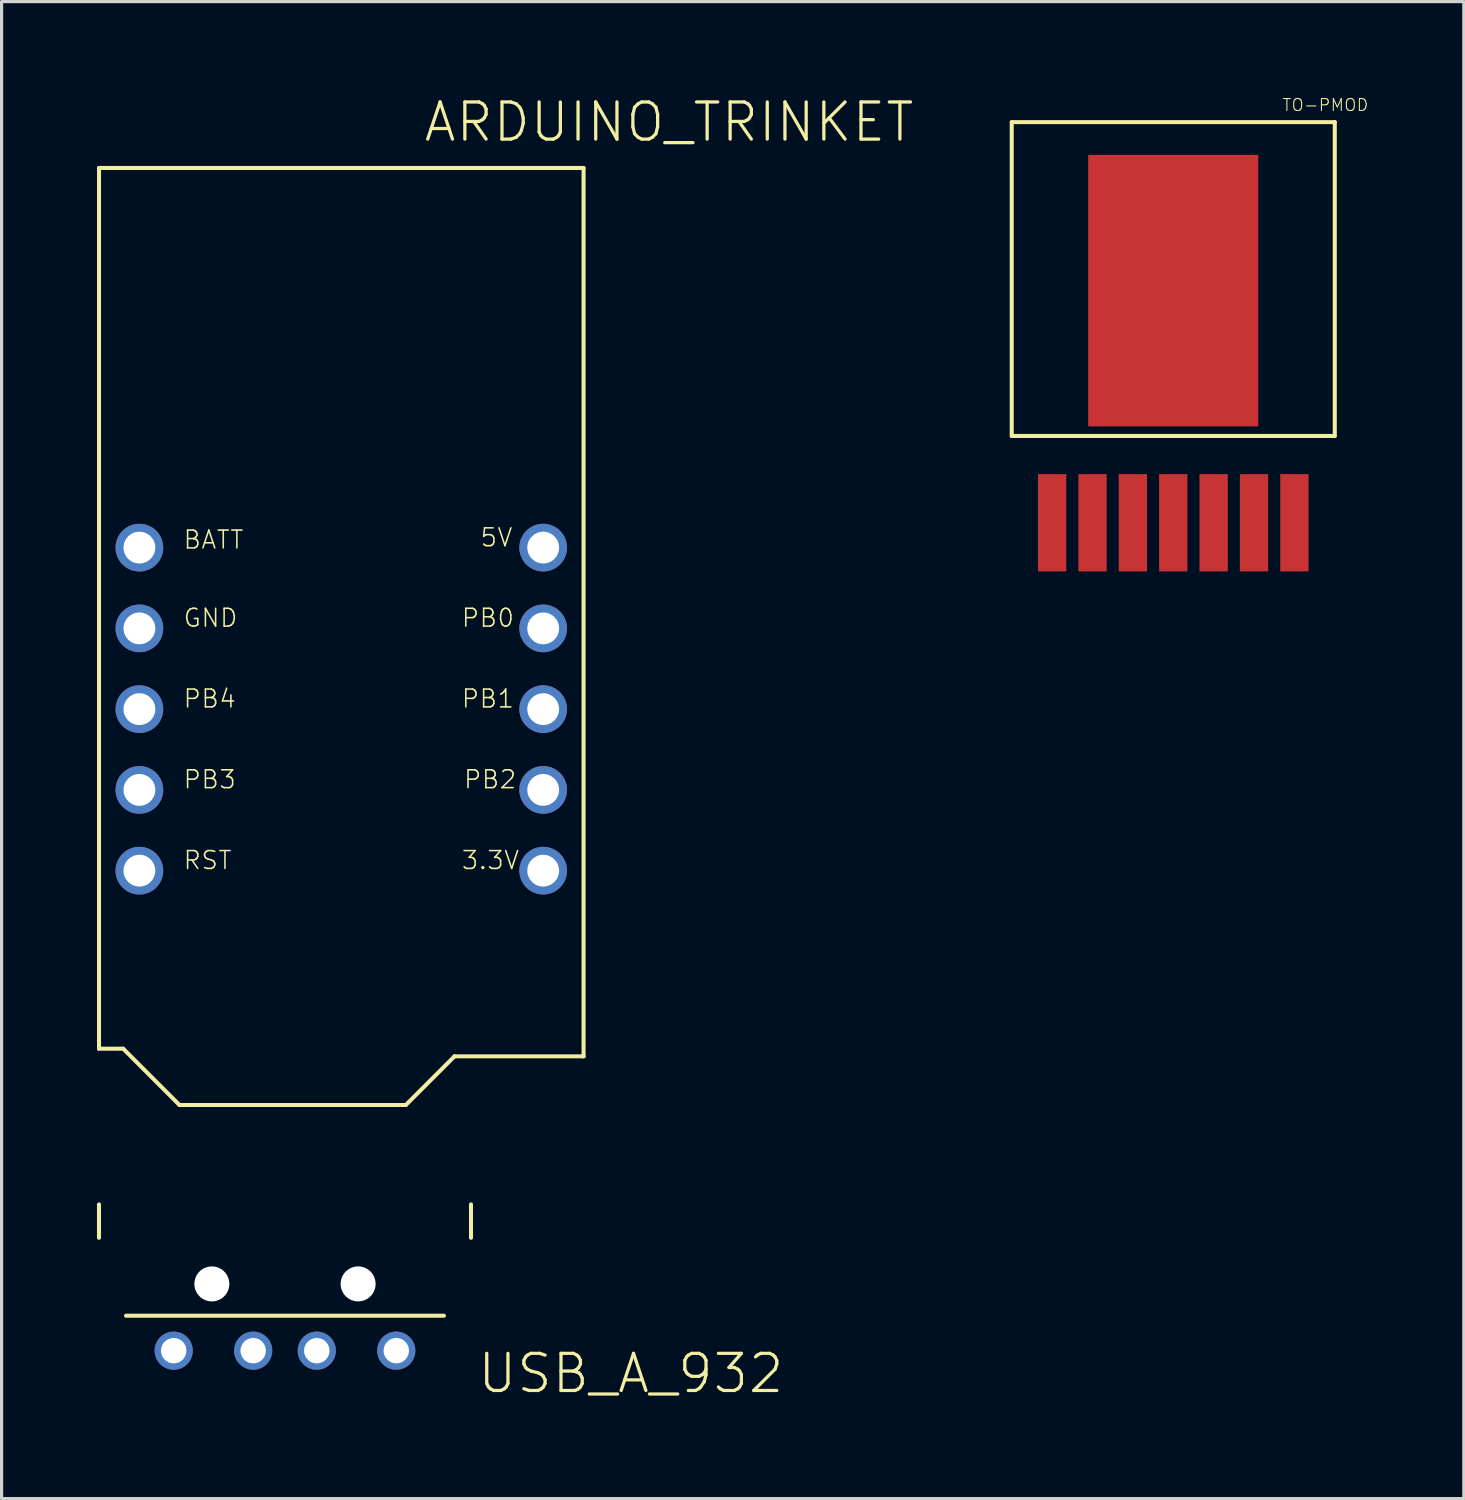
<source format=kicad_pcb>
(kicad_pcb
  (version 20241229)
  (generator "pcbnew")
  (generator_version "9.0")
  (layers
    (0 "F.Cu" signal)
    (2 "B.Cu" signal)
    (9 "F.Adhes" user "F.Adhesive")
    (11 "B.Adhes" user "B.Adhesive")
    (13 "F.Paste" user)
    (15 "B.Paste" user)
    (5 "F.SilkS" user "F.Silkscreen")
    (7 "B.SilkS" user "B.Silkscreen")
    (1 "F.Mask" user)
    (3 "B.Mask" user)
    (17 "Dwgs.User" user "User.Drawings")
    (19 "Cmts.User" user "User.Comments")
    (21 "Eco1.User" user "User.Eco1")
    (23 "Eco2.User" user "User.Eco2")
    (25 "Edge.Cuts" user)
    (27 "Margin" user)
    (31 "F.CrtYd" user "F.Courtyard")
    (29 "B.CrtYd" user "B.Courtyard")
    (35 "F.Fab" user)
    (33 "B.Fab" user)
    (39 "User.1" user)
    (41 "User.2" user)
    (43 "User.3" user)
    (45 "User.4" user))
  (footprint "USB_A_932"
    (layer "F.Cu")
    (at 5.913 37.33)
    (property "Reference" "USB_A_932" (at 6 3.5 0) (layer "F.SilkS") (effects (font (size 1.168 1.168) (thickness 0.102)) (justify left bottom)))
    (fp_line (start -5.85 -2.5) (end -5.85 -1.45) (stroke (width 0.127) (type solid)) (layer "F.SilkS"))
    (fp_line (start -5 1) (end 5 1) (stroke (width 0.127) (type solid)) (layer "F.SilkS"))
    (fp_line (start 5.85 -2.5) (end 5.85 -1.45) (stroke (width 0.127) (type solid)) (layer "F.SilkS"))
    (pad "" np_thru_hole circle (at -2.3 0) (size 1.1 1.1) (drill 1.1) (layers "*.Cu" "*.Mask"))
    (pad "" np_thru_hole circle (at 2.3 0) (size 1.1 1.1) (drill 1.1) (layers "*.Cu" "*.Mask"))
    (pad "D+" thru_hole circle (at 1 2.1) (size 1.2 1.2) (drill 0.8) (layers "*.Cu" "*.Mask"))
    (pad "D-" thru_hole circle (at -1 2.1) (size 1.2 1.2) (drill 0.8) (layers "*.Cu" "*.Mask"))
    (pad "GND" thru_hole circle (at 3.5 2.1) (size 1.2 1.2) (drill 0.8) (layers "*.Cu" "*.Mask"))
    (pad "VCC" thru_hole circle (at -3.5 2.1) (size 1.2 1.2) (drill 0.8) (layers "*.Cu" "*.Mask")))
  (footprint "ARDUINO_TRINKET"
    (layer "F.Cu")
    (at 7.684 19.253)
    (property "Reference" "ARDUINO_TRINKET" (at 2.54 -17.78 0) (layer "F.SilkS") (effects (font (size 1.168 1.168) (thickness 0.102)) (justify left bottom)))
    (fp_line (start -7.62 -17.02) (end 7.62 -17.02) (stroke (width 0.127) (type solid)) (layer "F.SilkS"))
    (fp_line (start -7.62 10.68) (end -7.62 -17.02) (stroke (width 0.127) (type solid)) (layer "F.SilkS"))
    (fp_line (start -6.86 10.68) (end -7.62 10.68) (stroke (width 0.127) (type solid)) (layer "F.SilkS"))
    (fp_line (start -5.09 12.45) (end -6.86 10.68) (stroke (width 0.127) (type solid)) (layer "F.SilkS"))
    (fp_line (start 2.03 12.45) (end -5.09 12.45) (stroke (width 0.127) (type solid)) (layer "F.SilkS"))
    (fp_line (start 3.56 10.92) (end 2.03 12.45) (stroke (width 0.127) (type solid)) (layer "F.SilkS"))
    (fp_line (start 7.62 -17.02) (end 7.62 10.92) (stroke (width 0.127) (type solid)) (layer "F.SilkS"))
    (fp_line (start 7.62 10.92) (end 3.56 10.92) (stroke (width 0.127) (type solid)) (layer "F.SilkS"))
    (fp_text user "PB1" (at 3.75 0 0) (layer "F.SilkS") (effects (font (size 0.561 0.561) (thickness 0.049)) (justify left bottom)))
    (fp_text user "PB3" (at -5 2.54 0) (layer "F.SilkS") (effects (font (size 0.561 0.561) (thickness 0.049)) (justify left bottom)))
    (fp_text user "PB2" (at 3.82 2.54 0) (layer "F.SilkS") (effects (font (size 0.561 0.561) (thickness 0.049)) (justify left bottom)))
    (fp_text user "3.3V" (at 3.75 5.08 0) (layer "F.SilkS") (effects (font (size 0.561 0.561) (thickness 0.049)) (justify left bottom)))
    (fp_text user "PB4" (at -5 0 0) (layer "F.SilkS") (effects (font (size 0.561 0.561) (thickness 0.049)) (justify left bottom)))
    (fp_text user "GND" (at -5 -2.54 0) (layer "F.SilkS") (effects (font (size 0.561 0.561) (thickness 0.049)) (justify left bottom)))
    (fp_text user "BATT" (at -5 -5 0) (layer "F.SilkS") (effects (font (size 0.561 0.561) (thickness 0.049)) (justify left bottom)))
    (fp_text user "RST" (at -5 5.08 0) (layer "F.SilkS") (effects (font (size 0.561 0.561) (thickness 0.049)) (justify left bottom)))
    (fp_text user "5V" (at 4.34 -5.07 0) (layer "F.SilkS") (effects (font (size 0.561 0.561) (thickness 0.049)) (justify left bottom)))
    (fp_text user "PB0" (at 3.75 -2.54 0) (layer "F.SilkS") (effects (font (size 0.561 0.561) (thickness 0.049)) (justify left bottom)))
    (pad "3.3V" thru_hole circle (at 6.35 5.08) (size 1.5 1.5) (drill 1) (layers "*.Cu" "*.Mask"))
    (pad "5V" thru_hole circle (at 6.35 -5.08) (size 1.5 1.5) (drill 1) (layers "*.Cu" "*.Mask"))
    (pad "BATT" thru_hole circle (at -6.35 -5.08) (size 1.5 1.5) (drill 1) (layers "*.Cu" "*.Mask"))
    (pad "GND" thru_hole circle (at -6.35 -2.54) (size 1.5 1.5) (drill 1) (layers "*.Cu" "*.Mask"))
    (pad "PB0" thru_hole circle (at 6.35 -2.54) (size 1.5 1.5) (drill 1) (layers "*.Cu" "*.Mask"))
    (pad "PB1" thru_hole circle (at 6.35 0) (size 1.5 1.5) (drill 1) (layers "*.Cu" "*.Mask"))
    (pad "PB2" thru_hole circle (at 6.35 2.54) (size 1.5 1.5) (drill 1) (layers "*.Cu" "*.Mask"))
    (pad "PB3" thru_hole circle (at -6.35 2.54) (size 1.5 1.5) (drill 1) (layers "*.Cu" "*.Mask"))
    (pad "PB4" thru_hole circle (at -6.35 0) (size 1.5 1.5) (drill 1) (layers "*.Cu" "*.Mask"))
    (pad "RST" thru_hole circle (at -6.35 5.08) (size 1.5 1.5) (drill 1) (layers "*.Cu" "*.Mask")))
  (footprint "TO-PMOD"
    (layer "F.Cu")
    (at 33.85 6.091)
    (property "Reference" "TO-PMOD" (at 3.41 -5.62 0) (layer "F.SilkS") (effects (font (size 0.374 0.374) (thickness 0.033)) (justify left bottom)))
    (fp_line (start -5.08 -5.3) (end 5.08 -5.3) (stroke (width 0.127) (type solid)) (layer "F.SilkS"))
    (fp_line (start -5.08 4.57) (end -5.08 -5.3) (stroke (width 0.127) (type solid)) (layer "F.SilkS"))
    (fp_line (start 5.08 -5.3) (end 5.08 4.57) (stroke (width 0.127) (type solid)) (layer "F.SilkS"))
    (fp_line (start 5.08 4.57) (end -5.08 4.57) (stroke (width 0.127) (type solid)) (layer "F.SilkS"))
    (pad "EN" smd rect (at -2.54 7.3) (size 0.89 3.06) (layers "F.Cu" "F.Mask" "F.Paste"))
    (pad "FB" smd rect (at 1.27 7.3) (size 0.89 3.06) (layers "F.Cu" "F.Mask" "F.Paste"))
    (pad "GND" smd rect (at 0 7.3) (size 0.89 3.06) (layers "F.Cu" "F.Mask" "F.Paste"))
    (pad "GND_PAD" smd rect (at 0 0) (size 5.35 8.54) (layers "F.Cu" "F.Mask" "F.Paste"))
    (pad "SS" smd rect (at -1.27 7.3) (size 0.89 3.06) (layers "F.Cu" "F.Mask" "F.Paste"))
    (pad "VIN" smd rect (at -3.81 7.3) (size 0.89 3.06) (layers "F.Cu" "F.Mask" "F.Paste"))
    (pad "VOUT1" smd rect (at 2.54 7.3) (size 0.89 3.06) (layers "F.Cu" "F.Mask" "F.Paste"))
    (pad "VOUT2" smd rect (at 3.81 7.3) (size 0.89 3.06) (layers "F.Cu" "F.Mask" "F.Paste")))
  (gr_rect
    (start -3 -3)
    (end 42.989 44.081)
    (stroke (width 0.1) (type default))
    (fill no)
    (layer "Edge.Cuts")))
</source>
